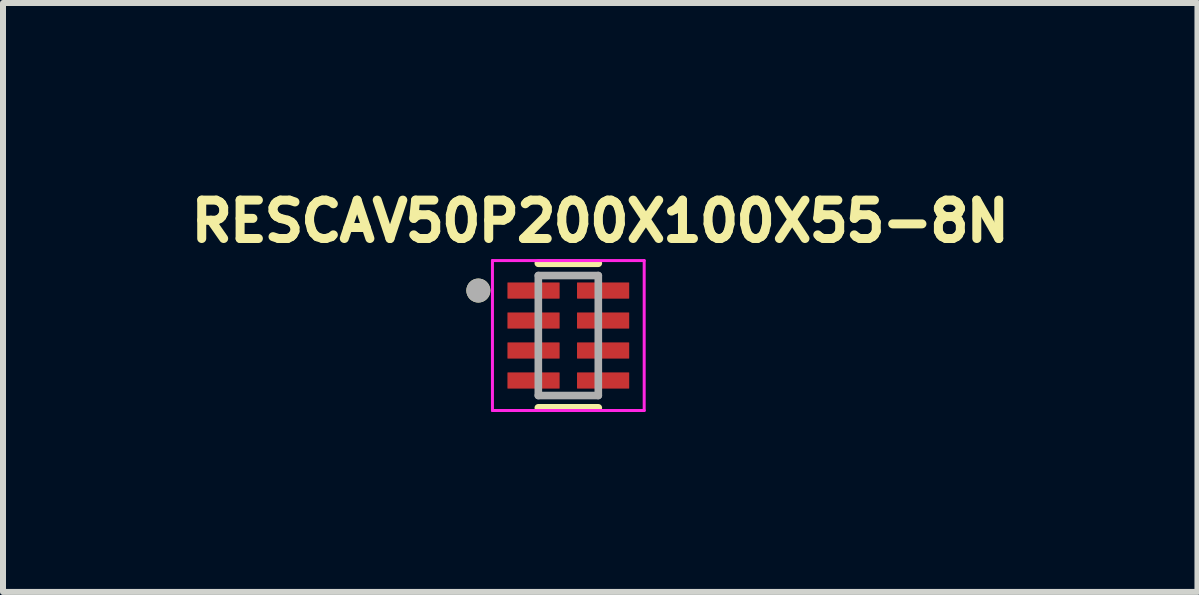
<source format=kicad_pcb>
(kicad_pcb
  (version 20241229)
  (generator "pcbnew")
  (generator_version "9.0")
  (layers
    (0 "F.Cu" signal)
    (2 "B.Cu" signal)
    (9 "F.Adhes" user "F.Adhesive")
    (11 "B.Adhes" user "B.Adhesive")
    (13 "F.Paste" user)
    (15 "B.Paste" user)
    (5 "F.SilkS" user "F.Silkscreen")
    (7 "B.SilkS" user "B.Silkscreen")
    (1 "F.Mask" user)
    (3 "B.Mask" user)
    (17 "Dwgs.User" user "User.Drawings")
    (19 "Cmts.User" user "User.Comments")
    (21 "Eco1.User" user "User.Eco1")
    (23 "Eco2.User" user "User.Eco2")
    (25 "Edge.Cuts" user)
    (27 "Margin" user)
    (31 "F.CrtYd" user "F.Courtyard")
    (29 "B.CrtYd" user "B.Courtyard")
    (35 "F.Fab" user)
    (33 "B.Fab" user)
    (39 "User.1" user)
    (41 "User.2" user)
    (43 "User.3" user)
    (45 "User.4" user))
  (footprint "RESCAV50P200X100X55-8N"
    (layer "F.Cu")
    (at 6.425 2.544)
    (property "Reference" "RESCAV50P200X100X55-8N" (at 0.532 -1.906 0) (layer "F.SilkS") (effects (font (size 0.64 0.64) (thickness 0.15))))
    (attr smd)
    (fp_line (start -0.5 -1.205) (end 0.5 -1.205) (stroke (width 0.127) (type solid)) (layer "F.SilkS"))
    (fp_line (start -0.5 1.205) (end 0.5 1.205) (stroke (width 0.127) (type solid)) (layer "F.SilkS"))
    (fp_circle (center -1.5 -0.75) (end -1.4 -0.75) (stroke (width 0.2) (type solid)) (fill no) (layer "F.SilkS"))
    (fp_line (start -1.265 -1.25) (end 1.265 -1.25) (stroke (width 0.05) (type solid)) (layer "F.CrtYd"))
    (fp_line (start -1.265 1.25) (end -1.265 -1.25) (stroke (width 0.05) (type solid)) (layer "F.CrtYd"))
    (fp_line (start 1.265 -1.25) (end 1.265 1.25) (stroke (width 0.05) (type solid)) (layer "F.CrtYd"))
    (fp_line (start 1.265 1.25) (end -1.265 1.25) (stroke (width 0.05) (type solid)) (layer "F.CrtYd"))
    (fp_line (start -0.5 -1) (end 0.5 -1) (stroke (width 0.127) (type solid)) (layer "F.Fab"))
    (fp_line (start -0.5 1) (end -0.5 -1) (stroke (width 0.127) (type solid)) (layer "F.Fab"))
    (fp_line (start 0.5 -1) (end 0.5 1) (stroke (width 0.127) (type solid)) (layer "F.Fab"))
    (fp_line (start 0.5 1) (end -0.5 1) (stroke (width 0.127) (type solid)) (layer "F.Fab"))
    (fp_circle (center -1.5 -0.75) (end -1.4 -0.75) (stroke (width 0.2) (type solid)) (fill no) (layer "F.Fab"))
    (pad "1" smd roundrect (at -0.58 -0.75) (size 0.87 0.27) (layers "F.Cu" "F.Mask" "F.Paste") (roundrect_rratio 0.03))
    (pad "2" smd roundrect (at -0.58 -0.25) (size 0.87 0.27) (layers "F.Cu" "F.Mask" "F.Paste") (roundrect_rratio 0.03))
    (pad "3" smd roundrect (at -0.58 0.25) (size 0.87 0.27) (layers "F.Cu" "F.Mask" "F.Paste") (roundrect_rratio 0.03))
    (pad "4" smd roundrect (at -0.58 0.75) (size 0.87 0.27) (layers "F.Cu" "F.Mask" "F.Paste") (roundrect_rratio 0.03))
    (pad "5" smd roundrect (at 0.58 0.75 180) (size 0.87 0.27) (layers "F.Cu" "F.Mask" "F.Paste") (roundrect_rratio 0.03))
    (pad "6" smd roundrect (at 0.58 0.25 180) (size 0.87 0.27) (layers "F.Cu" "F.Mask" "F.Paste") (roundrect_rratio 0.03))
    (pad "7" smd roundrect (at 0.58 -0.25 180) (size 0.87 0.27) (layers "F.Cu" "F.Mask" "F.Paste") (roundrect_rratio 0.03))
    (pad "8" smd roundrect (at 0.58 -0.75 180) (size 0.87 0.27) (layers "F.Cu" "F.Mask" "F.Paste") (roundrect_rratio 0.03)))
  (gr_rect
    (start -3 -3)
    (end 16.914 6.819)
    (stroke (width 0.1) (type default))
    (fill no)
    (layer "Edge.Cuts")))
</source>
